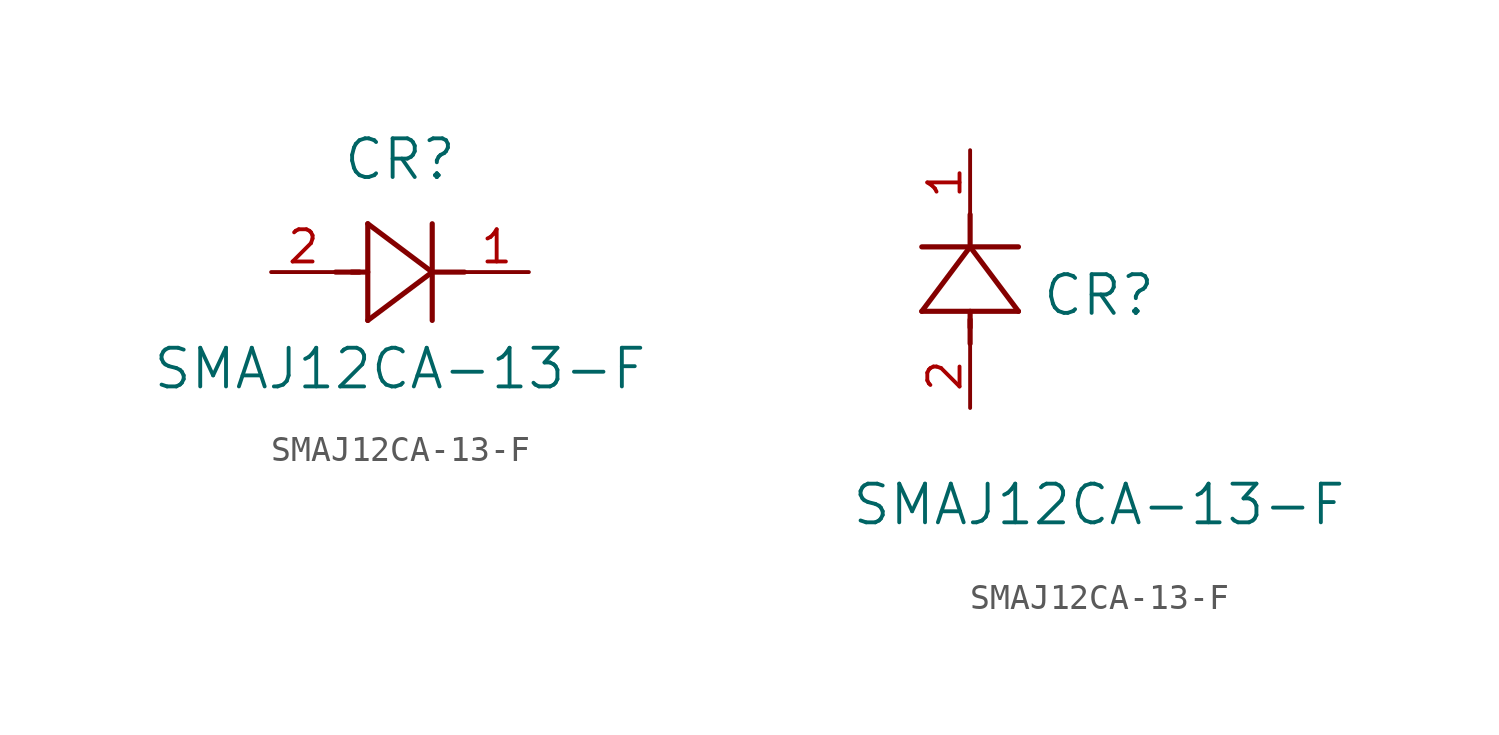
<source format=kicad_sym>
(kicad_symbol_lib
  (version 20211014)
  (generator kicad_symbol_editor)
  (symbol "SMAJ12CA-13-F"
    (pin_names
      (offset 0.254))
    (property "Reference" "CR"
      (at 5.08 4.445 0)
      (effects (font (size 1.524 1.524))))
    (property "Value" "SMAJ12CA-13-F"
      (at 5.08 -3.81 0)
      (effects (font (size 1.524 1.524))))
    (symbol "SMAJ12CA-13-F_1_1"
      (polyline (pts (xy 2.54 0) (xy 3.48 0)) (stroke (width 0.203) (type default) (color 0 0 0 0)) (fill (type none)))
      (polyline (pts (xy 3.81 1.905) (xy 3.81 -1.905)) (stroke (width 0.203) (type default) (color 0 0 0 0)) (fill (type none)))
      (polyline (pts (xy 3.175 0) (xy 3.81 0)) (stroke (width 0.203) (type default) (color 0 0 0 0)) (fill (type none)))
      (polyline (pts (xy 6.35 -1.905) (xy 6.35 1.905)) (stroke (width 0.203) (type default) (color 0 0 0 0)) (fill (type none)))
      (polyline (pts (xy 6.35 0) (xy 7.62 0)) (stroke (width 0.203) (type default) (color 0 0 0 0)) (fill (type none)))
      (polyline (pts (xy 6.35 0) (xy 3.81 1.905)) (stroke (width 0.203) (type default) (color 0 0 0 0)) (fill (type none)))
      (polyline (pts (xy 3.81 -1.905) (xy 6.35 0)) (stroke (width 0.203) (type default) (color 0 0 0 0)) (fill (type none)))
      (pin unspecified line (at 0 0 0) (length 2.54) (name "" (effects (font (size 1.27 1.27)))) (number "2" (effects (font (size 1.27 1.27)))))
      (pin unspecified line (at 10.16 0 180) (length 2.54) (name "" (effects (font (size 1.27 1.27)))) (number "1" (effects (font (size 1.27 1.27))))))
    (symbol "SMAJ12CA-13-F_1_2"
      (polyline (pts (xy 0 2.54) (xy 0 3.48)) (stroke (width 0.203) (type default) (color 0 0 0 0)) (fill (type none)))
      (polyline (pts (xy -1.905 3.81) (xy 1.905 3.81)) (stroke (width 0.203) (type default) (color 0 0 0 0)) (fill (type none)))
      (polyline (pts (xy 0 3.175) (xy 0 3.81)) (stroke (width 0.203) (type default) (color 0 0 0 0)) (fill (type none)))
      (polyline (pts (xy 1.905 6.35) (xy -1.905 6.35)) (stroke (width 0.203) (type default) (color 0 0 0 0)) (fill (type none)))
      (polyline (pts (xy 0 6.35) (xy 0 7.62)) (stroke (width 0.203) (type default) (color 0 0 0 0)) (fill (type none)))
      (polyline (pts (xy 0 6.35) (xy -1.905 3.81)) (stroke (width 0.203) (type default) (color 0 0 0 0)) (fill (type none)))
      (polyline (pts (xy 1.905 3.81) (xy 0 6.35)) (stroke (width 0.203) (type default) (color 0 0 0 0)) (fill (type none)))
      (pin unspecified line (at 0 0 90) (length 2.54) (name "" (effects (font (size 1.27 1.27)))) (number "2" (effects (font (size 1.27 1.27)))))
      (pin unspecified line (at 0 10.16 270) (length 2.54) (name "" (effects (font (size 1.27 1.27)))) (number "1" (effects (font (size 1.27 1.27))))))))
</source>
